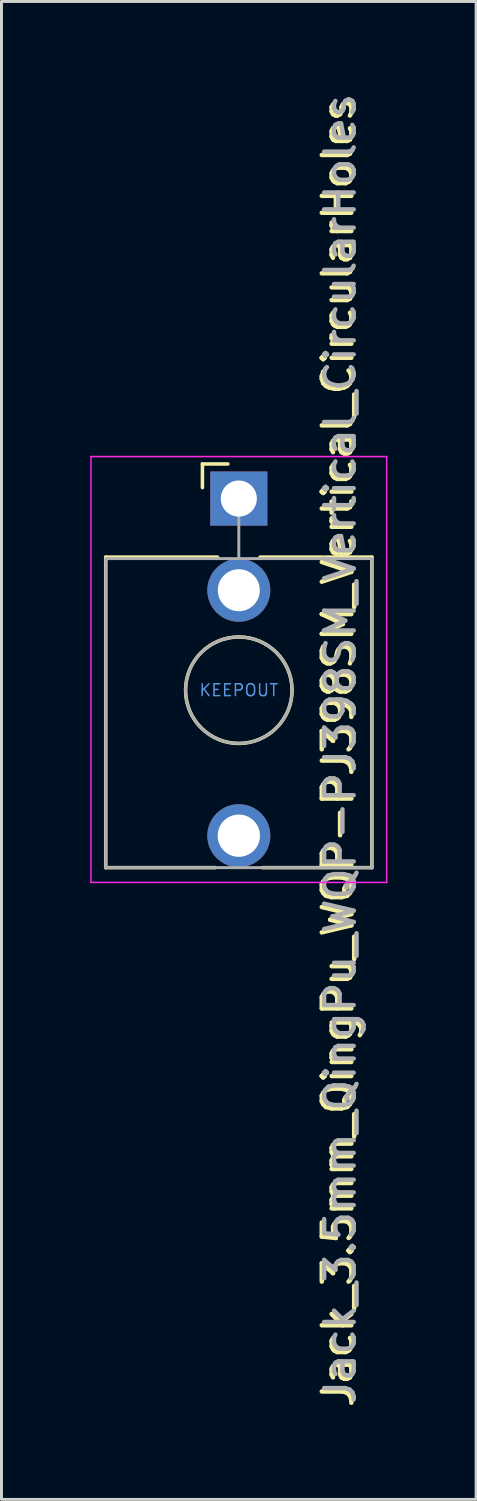
<source format=kicad_pcb>
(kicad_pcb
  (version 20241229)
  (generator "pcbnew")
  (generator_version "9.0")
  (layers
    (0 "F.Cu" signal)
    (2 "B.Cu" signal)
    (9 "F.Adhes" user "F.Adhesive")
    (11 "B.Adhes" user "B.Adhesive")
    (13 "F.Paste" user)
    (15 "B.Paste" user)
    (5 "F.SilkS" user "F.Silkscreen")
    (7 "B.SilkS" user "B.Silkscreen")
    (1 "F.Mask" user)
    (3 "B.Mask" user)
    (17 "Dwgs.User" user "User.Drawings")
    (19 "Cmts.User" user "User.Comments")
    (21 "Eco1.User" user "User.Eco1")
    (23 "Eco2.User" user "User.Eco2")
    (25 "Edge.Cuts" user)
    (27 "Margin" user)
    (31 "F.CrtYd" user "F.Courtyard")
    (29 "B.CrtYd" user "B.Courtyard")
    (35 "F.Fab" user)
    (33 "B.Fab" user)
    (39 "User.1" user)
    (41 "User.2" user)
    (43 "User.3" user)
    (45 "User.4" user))
  (footprint "Jack_3.5mm_QingPu_WQP-PJ398SM_Vertical_CircularHoles"
    (layer "F.Cu")
    (at 5.025 13.808)
    (property "Reference" "Jack_3.5mm_QingPu_WQP-PJ398SM_Vertical_CircularHoles" (at 3.35 8.574 90) (layer "F.SilkS") (effects (font (size 1 1) (thickness 0.15))))
    (attr through_hole)
    (fp_line (start -4.5 1.98) (end -4.5 12.48) (stroke (width 0.12) (type solid)) (layer "F.SilkS"))
    (fp_line (start -1.23 -1.17) (end -1.23 -0.37) (stroke (width 0.12) (type solid)) (layer "F.SilkS"))
    (fp_line (start -1.23 -1.17) (end -0.37 -1.17) (stroke (width 0.12) (type solid)) (layer "F.SilkS"))
    (fp_line (start -0.8 12.48) (end -4.5 12.48) (stroke (width 0.12) (type solid)) (layer "F.SilkS"))
    (fp_line (start -0.72 1.98) (end -4.5 1.98) (stroke (width 0.12) (type solid)) (layer "F.SilkS"))
    (fp_line (start 4.5 1.98) (end 0.72 1.98) (stroke (width 0.12) (type solid)) (layer "F.SilkS"))
    (fp_line (start 4.5 1.98) (end 4.5 12.48) (stroke (width 0.12) (type solid)) (layer "F.SilkS"))
    (fp_line (start 4.5 12.48) (end 0.8 12.48) (stroke (width 0.12) (type solid)) (layer "F.SilkS"))
    (fp_circle (center 0 6.48) (end 1.8 6.48) (stroke (width 0.12) (type solid)) (fill no) (layer "F.SilkS"))
    (fp_line (start -5 12.98) (end -5 -1.42) (stroke (width 0.05) (type solid)) (layer "F.CrtYd"))
    (fp_line (start 5 -1.42) (end -5 -1.42) (stroke (width 0.05) (type solid)) (layer "F.CrtYd"))
    (fp_line (start 5 12.98) (end -5 12.98) (stroke (width 0.05) (type solid)) (layer "F.CrtYd"))
    (fp_line (start 5 12.98) (end 5 -1.42) (stroke (width 0.05) (type solid)) (layer "F.CrtYd"))
    (fp_line (start -4.5 12.48) (end -4.5 2.08) (stroke (width 0.1) (type solid)) (layer "F.Fab"))
    (fp_line (start 0 0) (end 0 2.03) (stroke (width 0.1) (type solid)) (layer "F.Fab"))
    (fp_line (start 4.5 2.03) (end -4.5 2.03) (stroke (width 0.1) (type solid)) (layer "F.Fab"))
    (fp_line (start 4.5 12.48) (end -4.5 12.48) (stroke (width 0.1) (type solid)) (layer "F.Fab"))
    (fp_line (start 4.5 12.48) (end 4.5 2.08) (stroke (width 0.1) (type solid)) (layer "F.Fab"))
    (fp_circle (center 0 6.48) (end 1.8 6.48) (stroke (width 0.1) (type solid)) (fill no) (layer "F.Fab"))
    (fp_text user "KEEPOUT" (at 0 6.48 0) (layer "Cmts.User") (effects (font (size 0.4 0.4) (thickness 0.051))))
    (fp_text user "${REFERENCE}" (at 3.43 8.46 90) (layer "F.Fab") (effects (font (size 1 1) (thickness 0.15))))
    (pad "S" thru_hole rect (at 0 0 180) (size 1.93 1.83) (drill 1.22) (layers "*.Cu" "*.Mask"))
    (pad "T" thru_hole circle (at 0 11.4 180) (size 2.13 2.13) (drill 1.43) (layers "*.Cu" "*.Mask"))
    (pad "TN" thru_hole circle (at 0 3.1 180) (size 2.13 2.13) (drill 1.42) (layers "*.Cu" "*.Mask"))
    (zone (net_name "") (layer "F.Cu") (hatch full 0.508) (connect_pads) (min_thickness 0.254) (filled_areas_thickness no) (keepout (tracks not_allowed) (vias not_allowed) (pads not_allowed) (copperpour not_allowed) (footprints not_allowed)) (placement (enabled no)) (fill) (polygon (pts (xy 6.53 20.288) (xy 6.51 20.042) (xy 6.45 19.803) (xy 6.351 19.577) (xy 6.218 19.37) (xy 6.052 19.187) (xy 5.858 19.034) (xy 5.642 18.915) (xy 5.409 18.833) (xy 5.167 18.789) (xy 4.92 18.786) (xy 4.676 18.824) (xy 4.442 18.9) (xy 4.223 19.014) (xy 4.026 19.162) (xy 3.855 19.341) (xy 3.716 19.544) (xy 3.612 19.768) (xy 3.547 20.006) (xy 3.52 20.251) (xy 3.535 20.497) (xy 3.589 20.738) (xy 3.682 20.966) (xy 3.81 21.177) (xy 3.972 21.363) (xy 4.162 21.521) (xy 4.375 21.645) (xy 4.605 21.733) (xy 4.847 21.782) (xy 5.093 21.791) (xy 5.338 21.76) (xy 5.574 21.689) (xy 5.796 21.581) (xy 5.997 21.437) (xy 6.171 21.263) (xy 6.315 21.063) (xy 6.424 20.842) (xy 6.496 20.606) (xy 6.528 20.361)))))
  (gr_rect
    (start -3 -3)
    (end 13.05 47.65)
    (stroke (width 0.1) (type default))
    (fill no)
    (layer "Edge.Cuts")))
</source>
